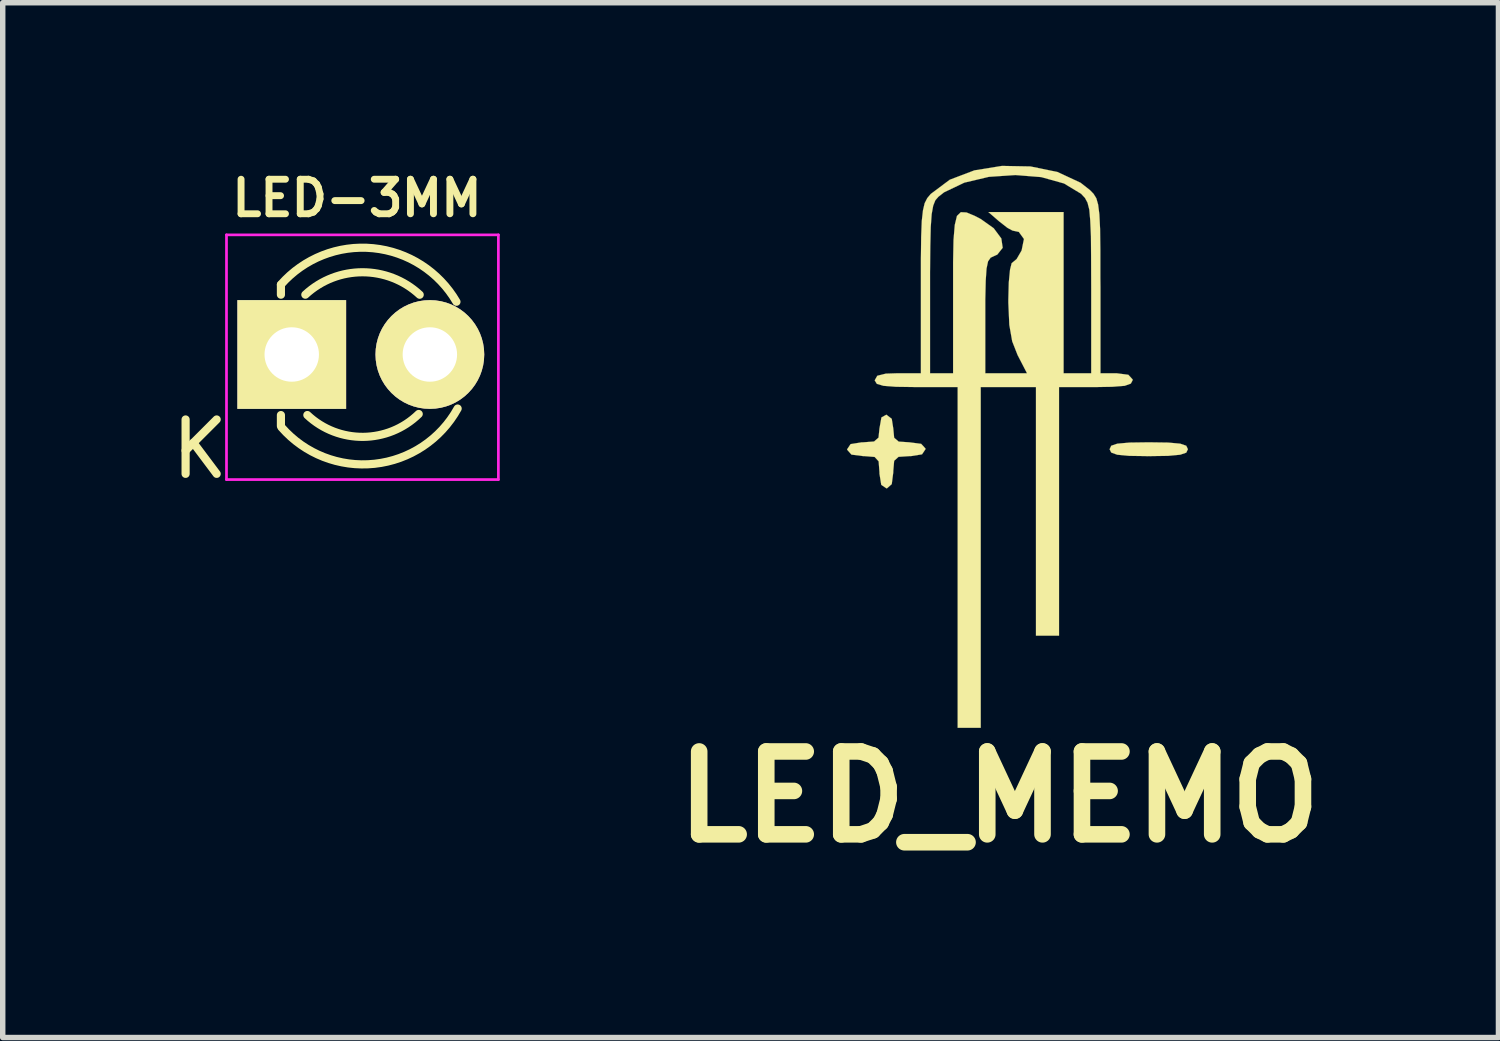
<source format=kicad_pcb>
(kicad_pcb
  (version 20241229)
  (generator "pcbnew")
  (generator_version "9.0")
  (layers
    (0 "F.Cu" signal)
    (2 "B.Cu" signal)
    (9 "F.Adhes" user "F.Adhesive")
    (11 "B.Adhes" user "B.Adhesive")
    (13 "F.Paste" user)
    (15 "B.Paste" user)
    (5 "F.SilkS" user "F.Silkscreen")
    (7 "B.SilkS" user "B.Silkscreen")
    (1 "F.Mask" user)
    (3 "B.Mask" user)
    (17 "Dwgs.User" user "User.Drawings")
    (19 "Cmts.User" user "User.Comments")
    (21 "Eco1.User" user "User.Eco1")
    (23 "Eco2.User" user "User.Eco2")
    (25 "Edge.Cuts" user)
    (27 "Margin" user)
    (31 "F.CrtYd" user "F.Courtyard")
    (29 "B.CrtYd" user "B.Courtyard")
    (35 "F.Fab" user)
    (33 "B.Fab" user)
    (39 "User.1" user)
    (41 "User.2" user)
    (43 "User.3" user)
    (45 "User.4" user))
  (footprint "LED-3MM"
    (layer "F.Cu")
    (at 2.315 3.469)
    (property "Reference" "LED-3MM" (at 1.2 -2.875 0) (layer "F.SilkS") (effects (font (size 0.635 0.635) (thickness 0.127))))
    (attr through_hole)
    (fp_line (start -0.199 -1.28) (end -0.199 -1.1) (stroke (width 0.15) (type solid)) (layer "F.SilkS"))
    (fp_line (start -0.199 1.314) (end -0.199 1.114) (stroke (width 0.15) (type solid)) (layer "F.SilkS"))
    (fp_arc (start -0.199 -1.286) (mid 1.495903 -1.954571) (end 3.028744 -0.969643) (stroke (width 0.15) (type solid)) (layer "F.SilkS"))
    (fp_arc (start 0.25 -1.1) (mid 1.301686 -1.512142) (end 2.353005 -1.099067) (stroke (width 0.15) (type solid)) (layer "F.SilkS"))
    (fp_arc (start 2.335 1.094) (mid 1.31492 1.51473) (end 0.287111 1.113252) (stroke (width 0.15) (type solid)) (layer "F.SilkS"))
    (fp_arc (start 3.051 0.994) (mid 1.522637 2.009958) (end -0.18622 1.340726) (stroke (width 0.15) (type solid)) (layer "F.SilkS"))
    (fp_line (start -1.2 -2.2) (end -1.2 2.3) (stroke (width 0.05) (type solid)) (layer "F.CrtYd"))
    (fp_line (start -1.2 2.3) (end 3.8 2.3) (stroke (width 0.05) (type solid)) (layer "F.CrtYd"))
    (fp_line (start 3.8 -2.2) (end -1.2 -2.2) (stroke (width 0.05) (type solid)) (layer "F.CrtYd"))
    (fp_line (start 3.8 2.3) (end 3.8 -2.2) (stroke (width 0.05) (type solid)) (layer "F.CrtYd"))
    (fp_text user "K" (at -1.69 1.74 0) (layer "F.SilkS") (effects (font (size 1 1) (thickness 0.15))))
    (pad "1" thru_hole rect (at 0 0 90) (size 2 2) (drill 1.001) (layers "*.Cu" "*.Mask" "F.SilkS"))
    (pad "2" thru_hole circle (at 2.54 0) (size 2 2) (drill 1.001) (layers "*.Cu" "*.Mask" "F.SilkS")))
  (footprint "LED_MEMO"
    (layer "F.Cu")
    (at 15.323 5)
    (property "Reference" "LED_MEMO" (at 0 6.604 0) (layer "F.SilkS") (effects (font (size 1.524 1.524) (thickness 0.305))))
    (attr through_hole)
    (fp_poly (pts (xy 3.472 0.211) (xy 3.442 0.274) (xy 3.33 0.312) (xy 3.106 0.333) (xy 2.753 0.338) (xy 2.393 0.333) (xy 2.172 0.312) (xy 2.062 0.272) (xy 2.032 0.211) (xy 2.062 0.147) (xy 2.174 0.109) (xy 2.398 0.089) (xy 2.753 0.084) (xy 3.111 0.089) (xy 3.332 0.109) (xy 3.442 0.147) (xy 3.472 0.211)) (stroke (width 0.003) (type solid)) (fill yes) (layer "F.SilkS"))
    (fp_poly (pts (xy -1.354 0.211) (xy -1.417 0.305) (xy -1.623 0.338) (xy -1.651 0.338) (xy -1.849 0.351) (xy -1.93 0.424) (xy -1.946 0.612) (xy -1.946 0.635) (xy -1.974 0.853) (xy -2.062 0.93) (xy -2.073 0.93) (xy -2.167 0.866) (xy -2.2 0.66) (xy -2.2 0.635) (xy -2.215 0.434) (xy -2.289 0.353) (xy -2.474 0.338) (xy -2.497 0.338) (xy -2.715 0.31) (xy -2.794 0.221) (xy -2.794 0.211) (xy -2.731 0.117) (xy -2.525 0.084) (xy -2.497 0.084) (xy -2.299 0.069) (xy -2.217 -0.003) (xy -2.2 -0.17) (xy -2.164 -0.373) (xy -2.073 -0.424) (xy -1.974 -0.348) (xy -1.946 -0.17) (xy -1.93 0) (xy -1.847 0.071) (xy -1.651 0.084) (xy -1.433 0.112) (xy -1.354 0.198) (xy -1.354 0.211)) (stroke (width 0.003) (type solid)) (fill yes) (layer "F.SilkS"))
    (fp_poly (pts (xy 2.456 -1.059) (xy 2.423 -0.996) (xy 2.309 -0.955) (xy 2.078 -0.937) (xy 1.778 -0.932) (xy 1.694 -0.932) (xy 1.694 -1.186) (xy 1.694 -2.751) (xy 1.692 -3.302) (xy 1.689 -3.708) (xy 1.676 -3.998) (xy 1.659 -4.194) (xy 1.626 -4.323) (xy 1.58 -4.409) (xy 1.516 -4.478) (xy 1.509 -4.486) (xy 1.194 -4.676) (xy 0.775 -4.793) (xy 0.3 -4.831) (xy -0.188 -4.798) (xy -0.64 -4.691) (xy -1.011 -4.514) (xy -1.118 -4.43) (xy -1.173 -4.366) (xy -1.212 -4.267) (xy -1.24 -4.112) (xy -1.257 -3.873) (xy -1.265 -3.526) (xy -1.27 -3.048) (xy -1.27 -2.741) (xy -1.27 -1.186) (xy -1.057 -1.186) (xy -0.846 -1.186) (xy -0.846 -2.667) (xy -0.846 -3.228) (xy -0.838 -3.637) (xy -0.815 -3.914) (xy -0.775 -4.079) (xy -0.704 -4.148) (xy -0.599 -4.143) (xy -0.452 -4.082) (xy -0.335 -4.021) (xy -0.099 -3.853) (xy 0.041 -3.665) (xy 0.066 -3.493) (xy -0.033 -3.368) (xy -0.084 -3.345) (xy -0.155 -3.312) (xy -0.203 -3.244) (xy -0.231 -3.111) (xy -0.246 -2.888) (xy -0.254 -2.543) (xy -0.254 -2.24) (xy -0.254 -1.186) (xy 0.13 -1.186) (xy 0.513 -1.186) (xy 0.34 -1.521) (xy 0.241 -1.773) (xy 0.188 -2.075) (xy 0.17 -2.484) (xy 0.17 -2.537) (xy 0.178 -2.852) (xy 0.201 -3.091) (xy 0.231 -3.211) (xy 0.241 -3.218) (xy 0.323 -3.287) (xy 0.414 -3.444) (xy 0.457 -3.655) (xy 0.363 -3.785) (xy 0.246 -3.81) (xy 0.152 -3.861) (xy 0 -3.98) (xy -0.196 -4.15) (xy 0.495 -4.15) (xy 1.186 -4.15) (xy 1.186 -2.667) (xy 1.186 -1.186) (xy 1.44 -1.186) (xy 1.694 -1.186) (xy 1.694 -0.932) (xy 1.102 -0.932) (xy 1.102 1.354) (xy 1.102 3.64) (xy 0.889 3.64) (xy 0.678 3.64) (xy 0.678 1.354) (xy 0.678 -0.932) (xy 0.17 -0.932) (xy -0.338 -0.932) (xy -0.338 2.2) (xy -0.338 5.334) (xy -0.549 5.334) (xy -0.762 5.334) (xy -0.762 2.2) (xy -0.762 -0.932) (xy -1.524 -0.932) (xy -1.895 -0.937) (xy -2.126 -0.955) (xy -2.248 -0.991) (xy -2.286 -1.052) (xy -2.286 -1.059) (xy -2.24 -1.14) (xy -2.083 -1.179) (xy -1.862 -1.186) (xy -1.438 -1.186) (xy -1.438 -2.738) (xy -1.438 -3.287) (xy -1.433 -3.696) (xy -1.422 -3.985) (xy -1.4 -4.181) (xy -1.369 -4.313) (xy -1.321 -4.407) (xy -1.257 -4.483) (xy -0.907 -4.745) (xy -0.455 -4.917) (xy 0.053 -4.999) (xy 0.577 -4.989) (xy 1.074 -4.887) (xy 1.499 -4.689) (xy 1.671 -4.554) (xy 1.737 -4.486) (xy 1.788 -4.404) (xy 1.821 -4.288) (xy 1.844 -4.107) (xy 1.857 -3.843) (xy 1.862 -3.465) (xy 1.862 -2.949) (xy 1.864 -2.781) (xy 1.864 -1.186) (xy 2.159 -1.186) (xy 2.377 -1.158) (xy 2.456 -1.072) (xy 2.456 -1.059)) (stroke (width 0.003) (type solid)) (fill yes) (layer "F.SilkS")))
  (gr_rect
    (start -3 -3)
    (end 24.506 16.03)
    (stroke (width 0.1) (type default))
    (fill no)
    (layer "Edge.Cuts")))
</source>
